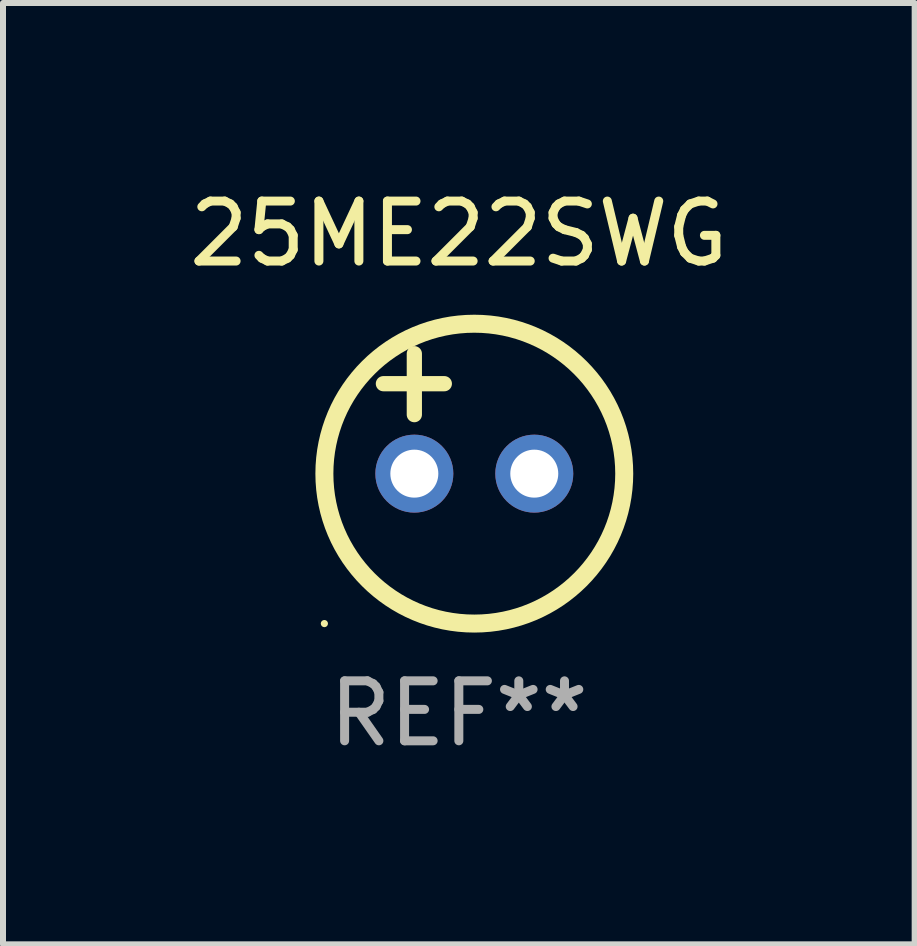
<source format=kicad_pcb>
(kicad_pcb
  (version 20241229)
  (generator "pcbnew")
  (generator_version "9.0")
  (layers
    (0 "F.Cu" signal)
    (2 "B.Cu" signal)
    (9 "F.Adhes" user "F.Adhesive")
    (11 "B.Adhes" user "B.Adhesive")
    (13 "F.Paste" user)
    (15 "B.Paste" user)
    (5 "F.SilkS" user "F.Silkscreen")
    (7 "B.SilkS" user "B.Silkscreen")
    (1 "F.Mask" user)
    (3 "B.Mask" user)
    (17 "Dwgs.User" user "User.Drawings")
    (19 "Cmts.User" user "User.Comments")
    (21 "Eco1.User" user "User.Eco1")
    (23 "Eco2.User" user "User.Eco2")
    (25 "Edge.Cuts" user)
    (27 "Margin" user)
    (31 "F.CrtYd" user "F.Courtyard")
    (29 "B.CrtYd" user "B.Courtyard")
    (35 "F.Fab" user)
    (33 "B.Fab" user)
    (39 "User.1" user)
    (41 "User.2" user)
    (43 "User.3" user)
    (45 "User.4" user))
  (footprint "25ME22SWG"
    (layer "F.Cu")
    (at 4.601 3.848)
    (property "Reference" "25ME22SWG" (at 0 -3 0) (layer "F.SilkS") (effects (font (size 1 1) (thickness 0.15))))
    (attr through_hole)
    (fp_line (start -1.258 -0.5) (end -0.242 -0.5) (stroke (width 0.254) (type solid)) (layer "F.SilkS"))
    (fp_line (start -0.742 -1) (end -0.742 0.016) (stroke (width 0.254) (type solid)) (layer "F.SilkS"))
    (fp_circle (center -2.242 3.5) (end -2.212 3.5) (stroke (width 0.06) (type solid)) (fill no) (layer "F.SilkS"))
    (fp_circle (center 0.258 1) (end 2.758 1) (stroke (width 0.3) (type solid)) (fill no) (layer "F.SilkS"))
    (fp_text user "REF**" (at 0 5 0) (layer "F.Fab") (effects (font (size 1 1) (thickness 0.15))))
    (pad "1" thru_hole circle (at -0.742 1) (size 1.3 1.3) (drill 0.8) (layers "*.Cu" "*.Mask"))
    (pad "2" thru_hole circle (at 1.258 1) (size 1.3 1.3) (drill 0.8) (layers "*.Cu" "*.Mask")))
  (gr_rect
    (start -3 -3)
    (end 12.202 12.697)
    (stroke (width 0.1) (type default))
    (fill no)
    (layer "Edge.Cuts")))
</source>
